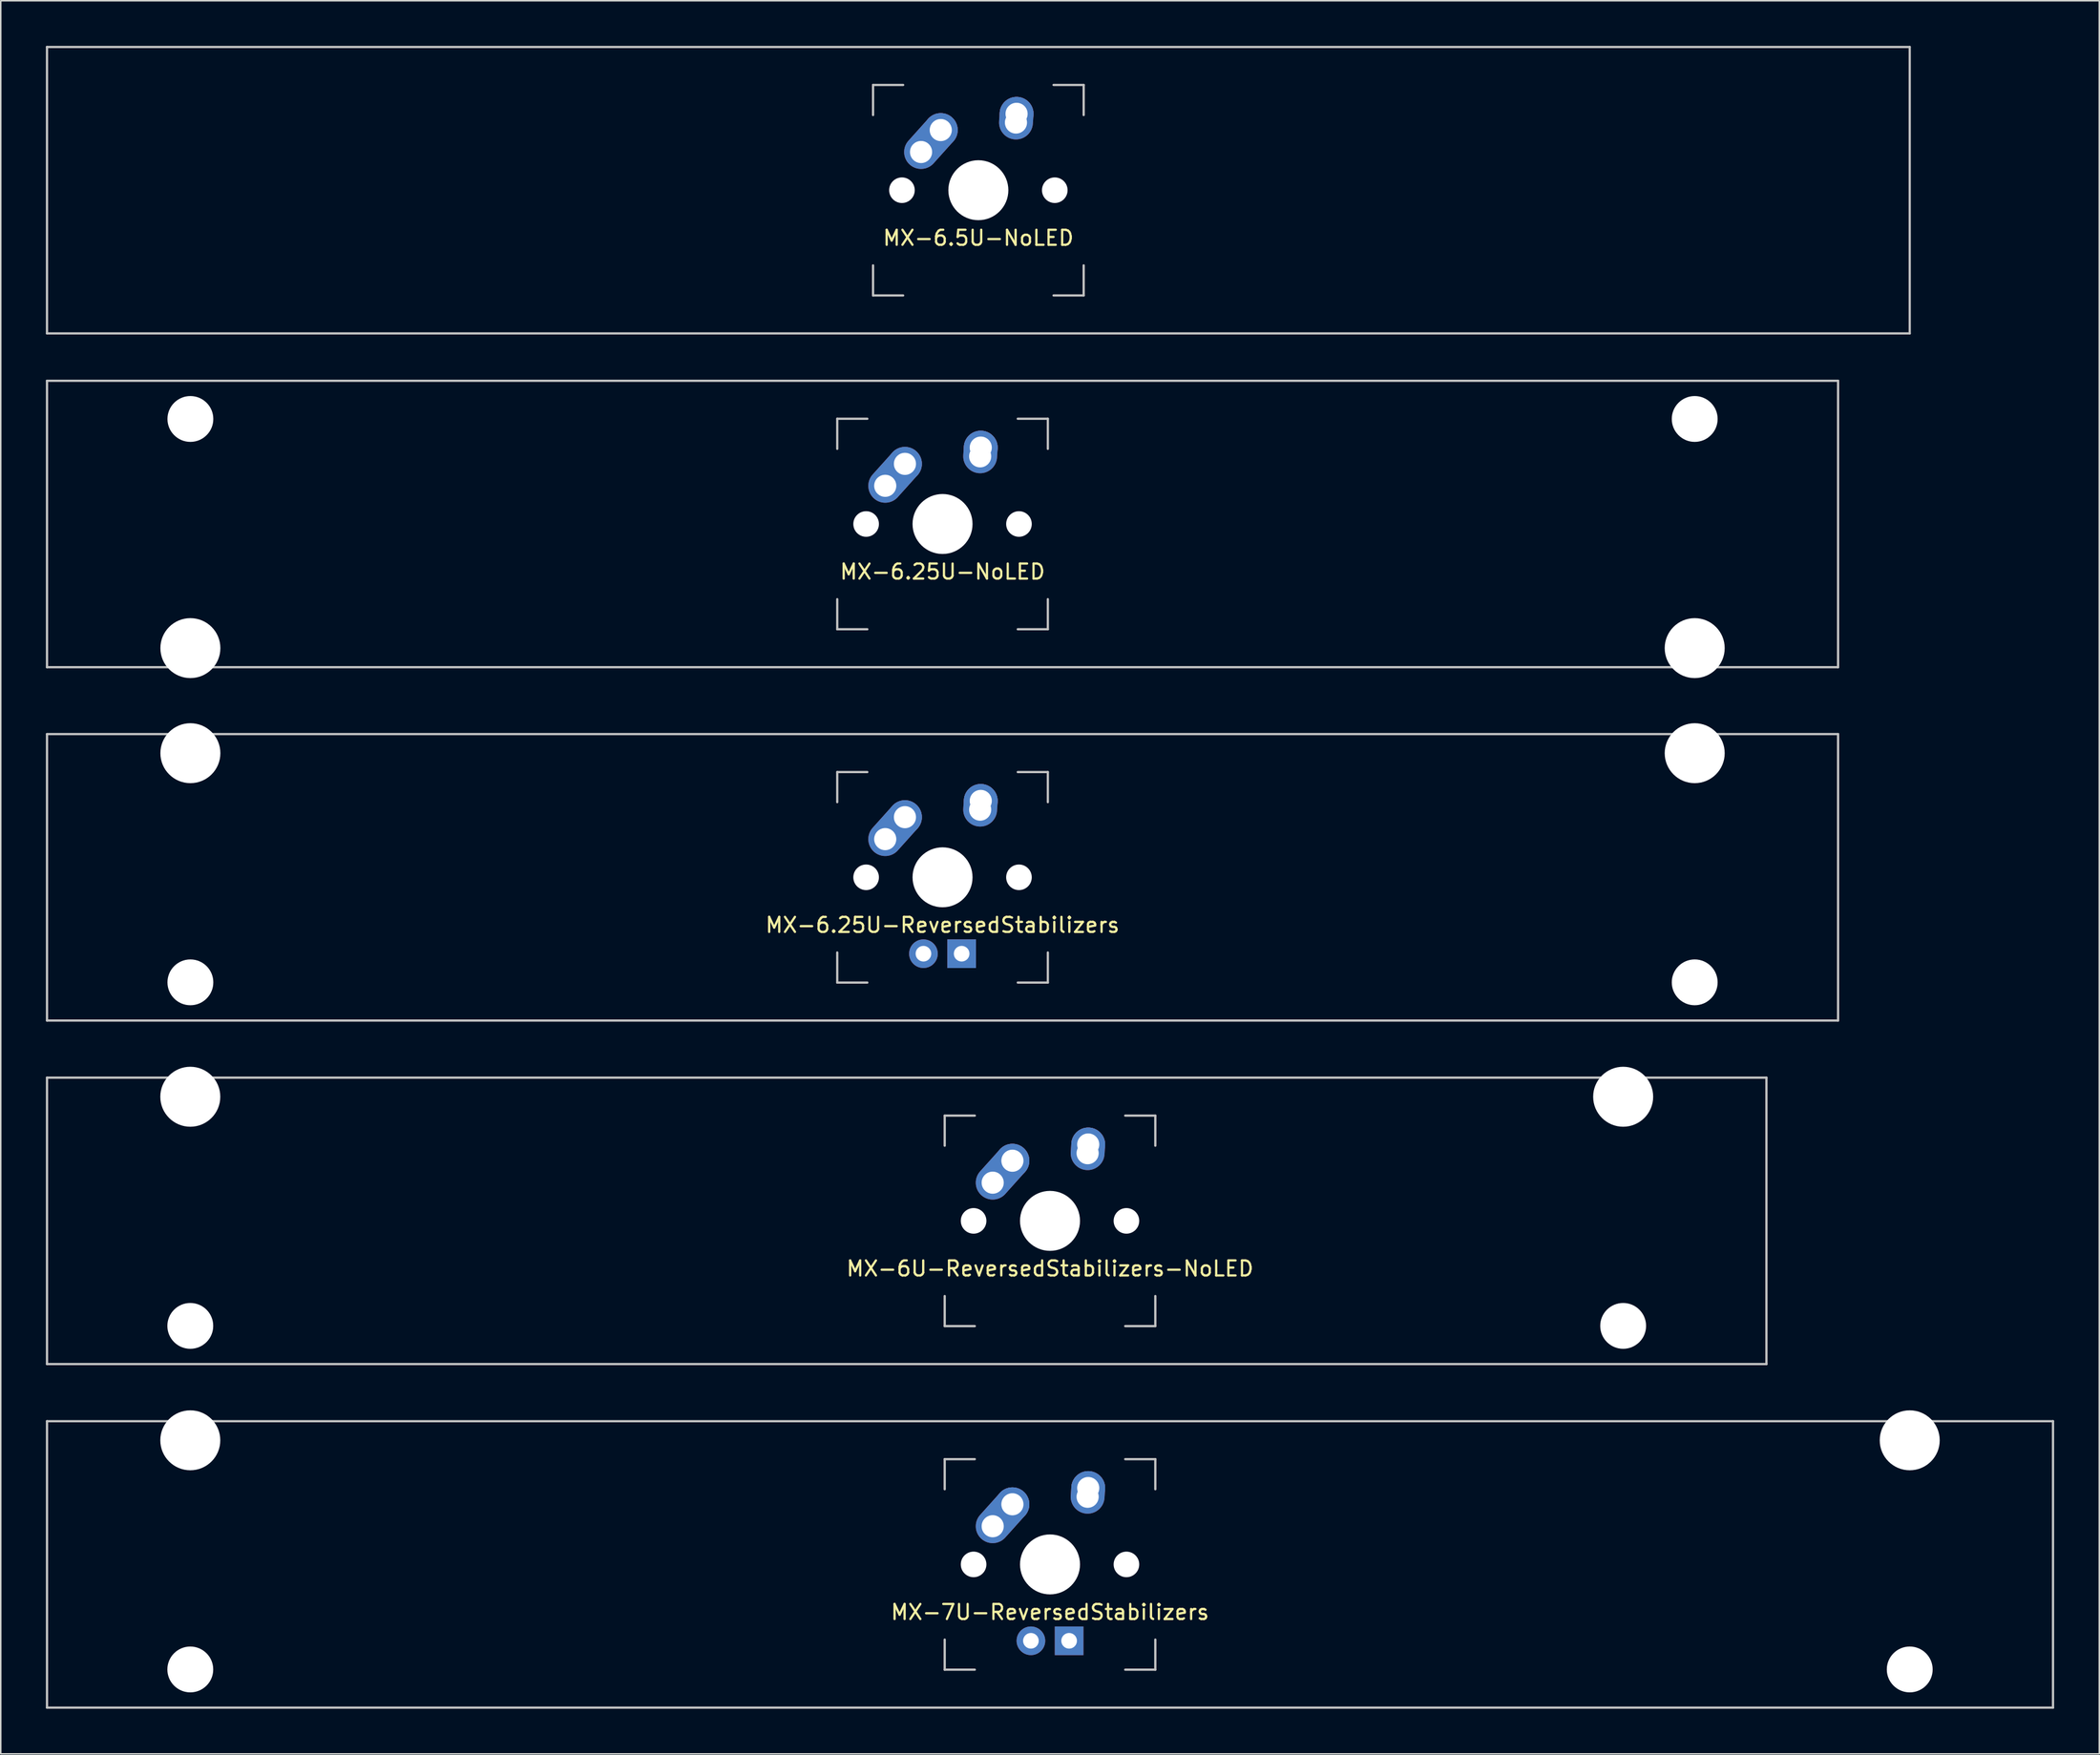
<source format=kicad_pcb>
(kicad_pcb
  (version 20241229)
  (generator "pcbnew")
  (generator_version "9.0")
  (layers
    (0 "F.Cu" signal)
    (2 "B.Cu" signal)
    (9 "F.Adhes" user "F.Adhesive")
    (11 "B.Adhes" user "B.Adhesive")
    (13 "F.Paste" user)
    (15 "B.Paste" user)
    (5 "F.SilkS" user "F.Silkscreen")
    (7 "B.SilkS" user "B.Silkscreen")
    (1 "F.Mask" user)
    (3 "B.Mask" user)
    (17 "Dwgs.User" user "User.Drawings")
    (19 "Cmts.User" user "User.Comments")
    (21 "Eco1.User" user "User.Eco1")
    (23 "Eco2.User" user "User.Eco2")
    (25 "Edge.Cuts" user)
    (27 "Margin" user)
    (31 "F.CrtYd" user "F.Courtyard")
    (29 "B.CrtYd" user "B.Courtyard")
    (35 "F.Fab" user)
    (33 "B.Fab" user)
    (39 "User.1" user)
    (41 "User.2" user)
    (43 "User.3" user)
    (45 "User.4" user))
  (footprint "MX-6.5U-NoLED"
    (layer "F.Cu")
    (at 61.987 9.6)
    (property "Reference" "MX-6.5U-NoLED" (at 0 3.175 0) (layer "F.SilkS") (effects (font (size 1 1) (thickness 0.15))))
    (attr through_hole)
    (fp_line (start -61.913 -9.525) (end 61.913 -9.525) (stroke (width 0.15) (type solid)) (layer "Dwgs.User"))
    (fp_line (start -61.913 9.525) (end -61.913 -9.525) (stroke (width 0.15) (type solid)) (layer "Dwgs.User"))
    (fp_line (start -7 -7) (end -7 -5) (stroke (width 0.15) (type solid)) (layer "Dwgs.User"))
    (fp_line (start -7 5) (end -7 7) (stroke (width 0.15) (type solid)) (layer "Dwgs.User"))
    (fp_line (start -7 7) (end -5 7) (stroke (width 0.15) (type solid)) (layer "Dwgs.User"))
    (fp_line (start -5 -7) (end -7 -7) (stroke (width 0.15) (type solid)) (layer "Dwgs.User"))
    (fp_line (start 5 -7) (end 7 -7) (stroke (width 0.15) (type solid)) (layer "Dwgs.User"))
    (fp_line (start 5 7) (end 7 7) (stroke (width 0.15) (type solid)) (layer "Dwgs.User"))
    (fp_line (start 7 -7) (end 7 -5) (stroke (width 0.15) (type solid)) (layer "Dwgs.User"))
    (fp_line (start 7 7) (end 7 5) (stroke (width 0.15) (type solid)) (layer "Dwgs.User"))
    (fp_line (start 61.913 -9.525) (end 61.913 9.525) (stroke (width 0.15) (type solid)) (layer "Dwgs.User"))
    (fp_line (start 61.913 9.525) (end -61.913 9.525) (stroke (width 0.15) (type solid)) (layer "Dwgs.User"))
    (pad "" np_thru_hole circle (at -5.08 0 48.1) (size 1.702 1.702) (drill 1.702) (layers "*.Cu" "*.Mask"))
    (pad "" np_thru_hole circle (at 0 0) (size 3.988 3.988) (drill 3.988) (layers "*.Cu" "*.Mask"))
    (pad "" np_thru_hole circle (at 5.08 0 48.1) (size 1.702 1.702) (drill 1.702) (layers "*.Cu" "*.Mask"))
    (pad "1" thru_hole oval (at -3.81 -2.54 48.1) (size 4.212 2.25) (drill 1.47 (offset 0.981 0)) (layers "*.Cu" "*.Mask"))
    (pad "1" thru_hole circle (at -2.5 -4) (size 2.25 2.25) (drill 1.47) (layers "*.Cu" "*.Mask"))
    (pad "2" thru_hole oval (at 2.5 -4.5 86.055) (size 2.831 2.25) (drill 1.47 (offset 0.291 0)) (layers "*.Cu" "*.Mask"))
    (pad "2" thru_hole circle (at 2.54 -5.08) (size 2.25 2.25) (drill 1.47) (layers "*.Cu" "*.Mask")))
  (footprint "MX-7U-ReversedStabilizers"
    (layer "F.Cu")
    (at 66.75 100.996)
    (property "Reference" "MX-7U-ReversedStabilizers" (at 0 3.175 0) (layer "F.SilkS") (effects (font (size 1 1) (thickness 0.15))))
    (attr through_hole)
    (fp_line (start -66.675 -9.525) (end 66.675 -9.525) (stroke (width 0.15) (type solid)) (layer "Dwgs.User"))
    (fp_line (start -66.675 9.525) (end -66.675 -9.525) (stroke (width 0.15) (type solid)) (layer "Dwgs.User"))
    (fp_line (start -66.675 9.525) (end 66.675 9.525) (stroke (width 0.15) (type solid)) (layer "Dwgs.User"))
    (fp_line (start -7 -7) (end -7 -5) (stroke (width 0.15) (type solid)) (layer "Dwgs.User"))
    (fp_line (start -7 5) (end -7 7) (stroke (width 0.15) (type solid)) (layer "Dwgs.User"))
    (fp_line (start -7 7) (end -5 7) (stroke (width 0.15) (type solid)) (layer "Dwgs.User"))
    (fp_line (start -5 -7) (end -7 -7) (stroke (width 0.15) (type solid)) (layer "Dwgs.User"))
    (fp_line (start 5 -7) (end 7 -7) (stroke (width 0.15) (type solid)) (layer "Dwgs.User"))
    (fp_line (start 5 7) (end 7 7) (stroke (width 0.15) (type solid)) (layer "Dwgs.User"))
    (fp_line (start 7 -7) (end 7 -5) (stroke (width 0.15) (type solid)) (layer "Dwgs.User"))
    (fp_line (start 7 7) (end 7 5) (stroke (width 0.15) (type solid)) (layer "Dwgs.User"))
    (fp_line (start 66.675 -9.525) (end 66.675 9.525) (stroke (width 0.15) (type solid)) (layer "Dwgs.User"))
    (pad "" np_thru_hole circle (at -57.15 -8.255) (size 3.988 3.988) (drill 3.988) (layers "*.Cu" "*.Mask"))
    (pad "" np_thru_hole circle (at -57.15 6.985) (size 3.048 3.048) (drill 3.048) (layers "*.Cu" "*.Mask"))
    (pad "" np_thru_hole circle (at -5.08 0 48.1) (size 1.702 1.702) (drill 1.702) (layers "*.Cu" "*.Mask"))
    (pad "" np_thru_hole circle (at 0 0) (size 3.988 3.988) (drill 3.988) (layers "*.Cu" "*.Mask"))
    (pad "" np_thru_hole circle (at 5.08 0 48.1) (size 1.702 1.702) (drill 1.702) (layers "*.Cu" "*.Mask"))
    (pad "" np_thru_hole circle (at 57.15 -8.255) (size 3.988 3.988) (drill 3.988) (layers "*.Cu" "*.Mask"))
    (pad "" np_thru_hole circle (at 57.15 6.985) (size 3.048 3.048) (drill 3.048) (layers "*.Cu" "*.Mask"))
    (pad "1" thru_hole oval (at -3.81 -2.54 48.1) (size 4.212 2.25) (drill 1.47 (offset 0.981 0)) (layers "*.Cu" "*.Mask"))
    (pad "1" thru_hole circle (at -2.5 -4) (size 2.25 2.25) (drill 1.47) (layers "*.Cu" "*.Mask"))
    (pad "2" thru_hole oval (at 2.5 -4.5 86.055) (size 2.831 2.25) (drill 1.47 (offset 0.291 0)) (layers "*.Cu" "*.Mask"))
    (pad "2" thru_hole circle (at 2.54 -5.08) (size 2.25 2.25) (drill 1.47) (layers "*.Cu" "*.Mask"))
    (pad "3" thru_hole circle (at -1.27 5.08) (size 1.905 1.905) (drill 1.04) (layers "*.Cu" "*.Mask"))
    (pad "4" thru_hole rect (at 1.27 5.08) (size 1.905 1.905) (drill 1.04) (layers "*.Cu" "*.Mask")))
  (footprint "MX-6.25U-ReversedStabilizers"
    (layer "F.Cu")
    (at 59.606 55.298)
    (property "Reference" "MX-6.25U-ReversedStabilizers" (at 0 3.175 0) (layer "F.SilkS") (effects (font (size 1 1) (thickness 0.15))))
    (attr through_hole)
    (fp_line (start -59.531 -9.525) (end 59.531 -9.525) (stroke (width 0.15) (type solid)) (layer "Dwgs.User"))
    (fp_line (start -59.531 9.525) (end -59.531 -9.525) (stroke (width 0.15) (type solid)) (layer "Dwgs.User"))
    (fp_line (start -59.531 9.525) (end 59.531 9.525) (stroke (width 0.15) (type solid)) (layer "Dwgs.User"))
    (fp_line (start -7 -7) (end -7 -5) (stroke (width 0.15) (type solid)) (layer "Dwgs.User"))
    (fp_line (start -7 5) (end -7 7) (stroke (width 0.15) (type solid)) (layer "Dwgs.User"))
    (fp_line (start -7 7) (end -5 7) (stroke (width 0.15) (type solid)) (layer "Dwgs.User"))
    (fp_line (start -5 -7) (end -7 -7) (stroke (width 0.15) (type solid)) (layer "Dwgs.User"))
    (fp_line (start 5 -7) (end 7 -7) (stroke (width 0.15) (type solid)) (layer "Dwgs.User"))
    (fp_line (start 5 7) (end 7 7) (stroke (width 0.15) (type solid)) (layer "Dwgs.User"))
    (fp_line (start 7 -7) (end 7 -5) (stroke (width 0.15) (type solid)) (layer "Dwgs.User"))
    (fp_line (start 7 7) (end 7 5) (stroke (width 0.15) (type solid)) (layer "Dwgs.User"))
    (fp_line (start 59.531 -9.525) (end 59.531 9.525) (stroke (width 0.15) (type solid)) (layer "Dwgs.User"))
    (pad "" np_thru_hole circle (at -50 -8.255) (size 3.988 3.988) (drill 3.988) (layers "*.Cu" "*.Mask"))
    (pad "" np_thru_hole circle (at -50 6.985) (size 3.048 3.048) (drill 3.048) (layers "*.Cu" "*.Mask"))
    (pad "" np_thru_hole circle (at -5.08 0 48.1) (size 1.702 1.702) (drill 1.702) (layers "*.Cu" "*.Mask"))
    (pad "" np_thru_hole circle (at 0 0) (size 3.988 3.988) (drill 3.988) (layers "*.Cu" "*.Mask"))
    (pad "" np_thru_hole circle (at 5.08 0 48.1) (size 1.702 1.702) (drill 1.702) (layers "*.Cu" "*.Mask"))
    (pad "" np_thru_hole circle (at 50 -8.255) (size 3.988 3.988) (drill 3.988) (layers "*.Cu" "*.Mask"))
    (pad "" np_thru_hole circle (at 50 6.985) (size 3.048 3.048) (drill 3.048) (layers "*.Cu" "*.Mask"))
    (pad "1" thru_hole oval (at -3.81 -2.54 48.1) (size 4.212 2.25) (drill 1.47 (offset 0.981 0)) (layers "*.Cu" "*.Mask"))
    (pad "1" thru_hole circle (at -2.5 -4) (size 2.25 2.25) (drill 1.47) (layers "*.Cu" "*.Mask"))
    (pad "2" thru_hole oval (at 2.5 -4.5 86.055) (size 2.831 2.25) (drill 1.47 (offset 0.291 0)) (layers "*.Cu" "*.Mask"))
    (pad "2" thru_hole circle (at 2.54 -5.08) (size 2.25 2.25) (drill 1.47) (layers "*.Cu" "*.Mask"))
    (pad "3" thru_hole circle (at -1.27 5.08) (size 1.905 1.905) (drill 1.04) (layers "*.Cu" "*.Mask"))
    (pad "4" thru_hole rect (at 1.27 5.08) (size 1.905 1.905) (drill 1.04) (layers "*.Cu" "*.Mask")))
  (footprint "MX-6U-ReversedStabilizers-NoLED"
    (layer "F.Cu")
    (at 57.225 78.147)
    (property "Reference" "MX-6U-ReversedStabilizers-NoLED" (at 9.525 3.175 0) (layer "F.SilkS") (effects (font (size 1 1) (thickness 0.15))))
    (attr through_hole)
    (fp_line (start -57.15 -9.525) (end 57.15 -9.525) (stroke (width 0.15) (type solid)) (layer "Dwgs.User"))
    (fp_line (start -57.15 9.525) (end -57.15 -9.525) (stroke (width 0.15) (type solid)) (layer "Dwgs.User"))
    (fp_line (start -57.15 9.525) (end 57.15 9.525) (stroke (width 0.15) (type solid)) (layer "Dwgs.User"))
    (fp_line (start 2.525 -7) (end 2.525 -5) (stroke (width 0.15) (type solid)) (layer "Dwgs.User"))
    (fp_line (start 2.525 5) (end 2.525 7) (stroke (width 0.15) (type solid)) (layer "Dwgs.User"))
    (fp_line (start 2.525 7) (end 4.525 7) (stroke (width 0.15) (type solid)) (layer "Dwgs.User"))
    (fp_line (start 4.525 -7) (end 2.525 -7) (stroke (width 0.15) (type solid)) (layer "Dwgs.User"))
    (fp_line (start 14.525 -7) (end 16.525 -7) (stroke (width 0.15) (type solid)) (layer "Dwgs.User"))
    (fp_line (start 14.525 7) (end 16.525 7) (stroke (width 0.15) (type solid)) (layer "Dwgs.User"))
    (fp_line (start 16.525 -7) (end 16.525 -5) (stroke (width 0.15) (type solid)) (layer "Dwgs.User"))
    (fp_line (start 16.525 7) (end 16.525 5) (stroke (width 0.15) (type solid)) (layer "Dwgs.User"))
    (fp_line (start 57.15 -9.525) (end 57.15 9.525) (stroke (width 0.15) (type solid)) (layer "Dwgs.User"))
    (pad "" np_thru_hole circle (at -47.625 -8.255) (size 3.988 3.988) (drill 3.988) (layers "*.Cu" "*.Mask"))
    (pad "" np_thru_hole circle (at -47.625 6.985) (size 3.048 3.048) (drill 3.048) (layers "*.Cu" "*.Mask"))
    (pad "" np_thru_hole circle (at 4.445 0 48.1) (size 1.702 1.702) (drill 1.702) (layers "*.Cu" "*.Mask"))
    (pad "" np_thru_hole circle (at 9.525 0) (size 3.988 3.988) (drill 3.988) (layers "*.Cu" "*.Mask"))
    (pad "" np_thru_hole circle (at 14.605 0 48.1) (size 1.702 1.702) (drill 1.702) (layers "*.Cu" "*.Mask"))
    (pad "" np_thru_hole circle (at 47.625 -8.255) (size 3.988 3.988) (drill 3.988) (layers "*.Cu" "*.Mask"))
    (pad "" np_thru_hole circle (at 47.625 6.985) (size 3.048 3.048) (drill 3.048) (layers "*.Cu" "*.Mask"))
    (pad "1" thru_hole oval (at 5.715 -2.54 48.1) (size 4.212 2.25) (drill 1.47 (offset 0.981 0)) (layers "*.Cu" "*.Mask"))
    (pad "1" thru_hole circle (at 7.025 -4) (size 2.25 2.25) (drill 1.47) (layers "*.Cu" "*.Mask"))
    (pad "2" thru_hole oval (at 12.025 -4.5 86.055) (size 2.831 2.25) (drill 1.47 (offset 0.291 0)) (layers "*.Cu" "*.Mask"))
    (pad "2" thru_hole circle (at 12.065 -5.08) (size 2.25 2.25) (drill 1.47) (layers "*.Cu" "*.Mask")))
  (footprint "MX-6.25U-NoLED"
    (layer "F.Cu")
    (at 59.606 31.8)
    (property "Reference" "MX-6.25U-NoLED" (at 0 3.175 0) (layer "F.SilkS") (effects (font (size 1 1) (thickness 0.15))))
    (attr through_hole)
    (fp_line (start -59.531 -9.525) (end 59.531 -9.525) (stroke (width 0.15) (type solid)) (layer "Dwgs.User"))
    (fp_line (start -59.531 9.525) (end -59.531 -9.525) (stroke (width 0.15) (type solid)) (layer "Dwgs.User"))
    (fp_line (start -59.531 9.525) (end 59.531 9.525) (stroke (width 0.15) (type solid)) (layer "Dwgs.User"))
    (fp_line (start -7 -7) (end -7 -5) (stroke (width 0.15) (type solid)) (layer "Dwgs.User"))
    (fp_line (start -7 5) (end -7 7) (stroke (width 0.15) (type solid)) (layer "Dwgs.User"))
    (fp_line (start -7 7) (end -5 7) (stroke (width 0.15) (type solid)) (layer "Dwgs.User"))
    (fp_line (start -5 -7) (end -7 -7) (stroke (width 0.15) (type solid)) (layer "Dwgs.User"))
    (fp_line (start 5 -7) (end 7 -7) (stroke (width 0.15) (type solid)) (layer "Dwgs.User"))
    (fp_line (start 5 7) (end 7 7) (stroke (width 0.15) (type solid)) (layer "Dwgs.User"))
    (fp_line (start 7 -7) (end 7 -5) (stroke (width 0.15) (type solid)) (layer "Dwgs.User"))
    (fp_line (start 7 7) (end 7 5) (stroke (width 0.15) (type solid)) (layer "Dwgs.User"))
    (fp_line (start 59.531 -9.525) (end 59.531 9.525) (stroke (width 0.15) (type solid)) (layer "Dwgs.User"))
    (pad "" np_thru_hole circle (at -50 -6.985) (size 3.048 3.048) (drill 3.048) (layers "*.Cu" "*.Mask"))
    (pad "" np_thru_hole circle (at -50 8.255) (size 3.988 3.988) (drill 3.988) (layers "*.Cu" "*.Mask"))
    (pad "" np_thru_hole circle (at -5.08 0 48.1) (size 1.702 1.702) (drill 1.702) (layers "*.Cu" "*.Mask"))
    (pad "" np_thru_hole circle (at 0 0) (size 3.988 3.988) (drill 3.988) (layers "*.Cu" "*.Mask"))
    (pad "" np_thru_hole circle (at 5.08 0 48.1) (size 1.702 1.702) (drill 1.702) (layers "*.Cu" "*.Mask"))
    (pad "" np_thru_hole circle (at 50 -6.985) (size 3.048 3.048) (drill 3.048) (layers "*.Cu" "*.Mask"))
    (pad "" np_thru_hole circle (at 50 8.255) (size 3.988 3.988) (drill 3.988) (layers "*.Cu" "*.Mask"))
    (pad "1" thru_hole oval (at -3.81 -2.54 48.1) (size 4.212 2.25) (drill 1.47 (offset 0.981 0)) (layers "*.Cu" "*.Mask"))
    (pad "1" thru_hole circle (at -2.5 -4) (size 2.25 2.25) (drill 1.47) (layers "*.Cu" "*.Mask"))
    (pad "2" thru_hole oval (at 2.5 -4.5 86.055) (size 2.831 2.25) (drill 1.47 (offset 0.291 0)) (layers "*.Cu" "*.Mask"))
    (pad "2" thru_hole circle (at 2.54 -5.08) (size 2.25 2.25) (drill 1.47) (layers "*.Cu" "*.Mask")))
  (gr_rect
    (start -3 -3)
    (end 136.5 113.596)
    (stroke (width 0.1) (type default))
    (fill no)
    (layer "Edge.Cuts")))
</source>
